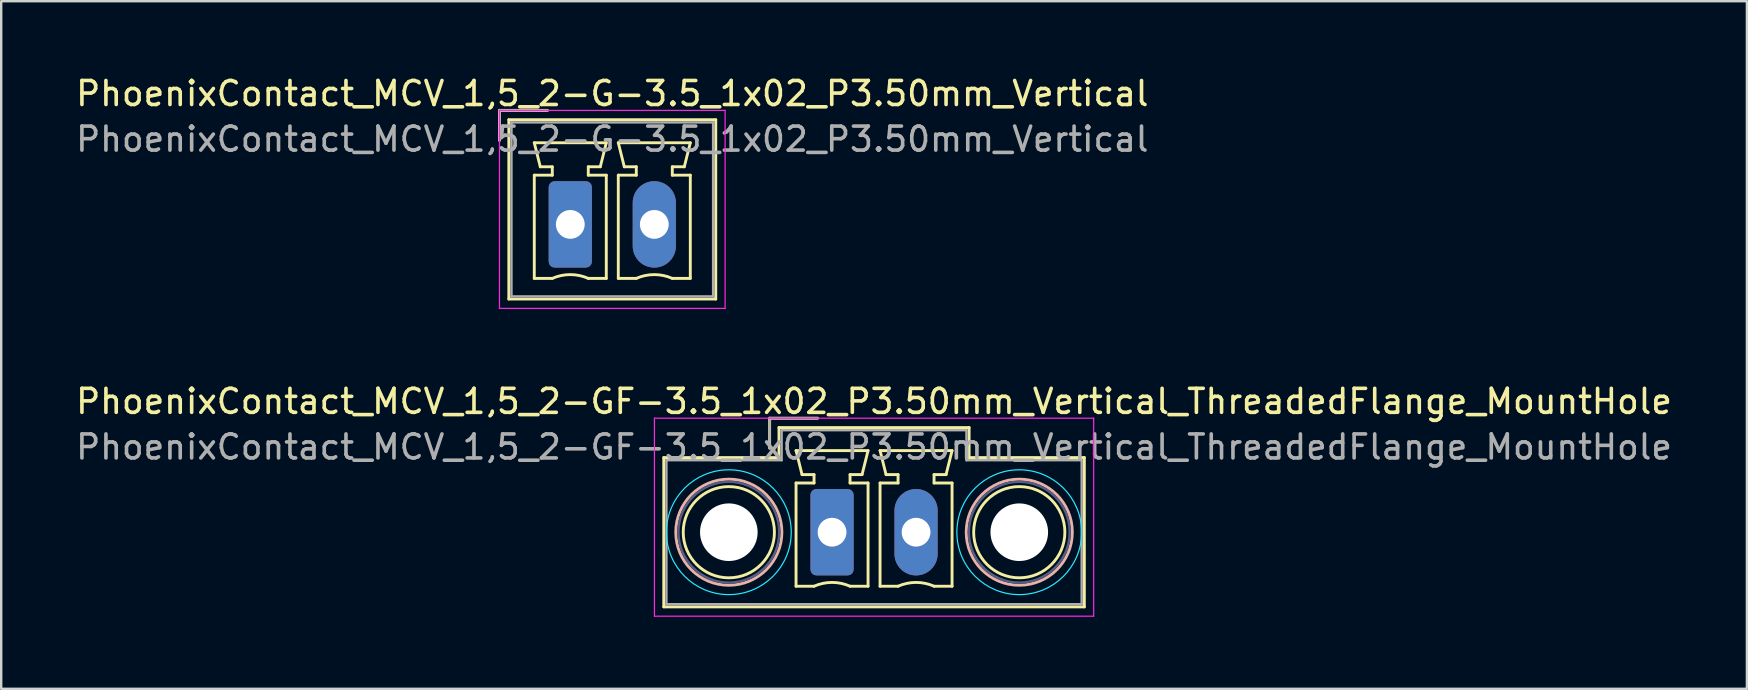
<source format=kicad_pcb>
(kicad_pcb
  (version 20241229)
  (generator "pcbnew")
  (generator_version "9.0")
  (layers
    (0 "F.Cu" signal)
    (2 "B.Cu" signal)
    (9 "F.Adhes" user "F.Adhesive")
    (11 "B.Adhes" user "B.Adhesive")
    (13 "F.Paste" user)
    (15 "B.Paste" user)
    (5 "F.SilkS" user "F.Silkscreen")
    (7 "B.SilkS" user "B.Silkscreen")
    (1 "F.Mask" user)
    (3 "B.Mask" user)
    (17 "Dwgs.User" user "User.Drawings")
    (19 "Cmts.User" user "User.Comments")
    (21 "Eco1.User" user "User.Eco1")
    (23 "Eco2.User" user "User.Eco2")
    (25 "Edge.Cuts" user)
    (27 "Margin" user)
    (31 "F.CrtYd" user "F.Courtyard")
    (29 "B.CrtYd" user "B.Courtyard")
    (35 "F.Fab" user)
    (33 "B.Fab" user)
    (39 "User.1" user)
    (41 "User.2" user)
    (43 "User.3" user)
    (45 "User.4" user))
  (footprint "PhoenixContact_MCV_1,5_2-G-3.5_1x02_P3.50mm_Vertical"
    (layer "F.Cu")
    (at 20.708 6.298)
    (property "Reference" "PhoenixContact_MCV_1,5_2-G-3.5_1x02_P3.50mm_Vertical" (at 1.75 -5.45 0) (layer "F.SilkS") (effects (font (size 1 1) (thickness 0.15))))
    (attr through_hole)
    (fp_line (start -2.95 -4.75) (end -0.95 -4.75) (stroke (width 0.12) (type solid)) (layer "F.SilkS"))
    (fp_line (start -2.95 -3.5) (end -2.95 -4.75) (stroke (width 0.12) (type solid)) (layer "F.SilkS"))
    (fp_line (start -2.56 -4.36) (end -2.56 3.11) (stroke (width 0.12) (type solid)) (layer "F.SilkS"))
    (fp_line (start -2.56 3.11) (end 6.06 3.11) (stroke (width 0.12) (type solid)) (layer "F.SilkS"))
    (fp_line (start -1.5 -3.4) (end 1.5 -3.4) (stroke (width 0.12) (type solid)) (layer "F.SilkS"))
    (fp_line (start -1.5 -2.05) (end -0.75 -2.05) (stroke (width 0.12) (type solid)) (layer "F.SilkS"))
    (fp_line (start -1.5 2.25) (end -1.5 -2.05) (stroke (width 0.12) (type solid)) (layer "F.SilkS"))
    (fp_line (start -1.25 -2.4) (end -1.5 -3.4) (stroke (width 0.12) (type solid)) (layer "F.SilkS"))
    (fp_line (start -0.75 -2.4) (end -1.25 -2.4) (stroke (width 0.12) (type solid)) (layer "F.SilkS"))
    (fp_line (start -0.75 -2.05) (end -0.75 -2.4) (stroke (width 0.12) (type solid)) (layer "F.SilkS"))
    (fp_line (start -0.75 2.25) (end -1.5 2.25) (stroke (width 0.12) (type solid)) (layer "F.SilkS"))
    (fp_line (start 0.75 -2.4) (end 0.75 -2.05) (stroke (width 0.12) (type solid)) (layer "F.SilkS"))
    (fp_line (start 0.75 -2.05) (end 1.5 -2.05) (stroke (width 0.12) (type solid)) (layer "F.SilkS"))
    (fp_line (start 1.25 -2.4) (end 0.75 -2.4) (stroke (width 0.12) (type solid)) (layer "F.SilkS"))
    (fp_line (start 1.5 -3.4) (end 1.25 -2.4) (stroke (width 0.12) (type solid)) (layer "F.SilkS"))
    (fp_line (start 1.5 -2.05) (end 1.5 2.25) (stroke (width 0.12) (type solid)) (layer "F.SilkS"))
    (fp_line (start 1.5 2.25) (end 0.75 2.25) (stroke (width 0.12) (type solid)) (layer "F.SilkS"))
    (fp_line (start 2 -3.4) (end 5 -3.4) (stroke (width 0.12) (type solid)) (layer "F.SilkS"))
    (fp_line (start 2 -2.05) (end 2.75 -2.05) (stroke (width 0.12) (type solid)) (layer "F.SilkS"))
    (fp_line (start 2 2.25) (end 2 -2.05) (stroke (width 0.12) (type solid)) (layer "F.SilkS"))
    (fp_line (start 2.25 -2.4) (end 2 -3.4) (stroke (width 0.12) (type solid)) (layer "F.SilkS"))
    (fp_line (start 2.75 -2.4) (end 2.25 -2.4) (stroke (width 0.12) (type solid)) (layer "F.SilkS"))
    (fp_line (start 2.75 -2.05) (end 2.75 -2.4) (stroke (width 0.12) (type solid)) (layer "F.SilkS"))
    (fp_line (start 2.75 2.25) (end 2 2.25) (stroke (width 0.12) (type solid)) (layer "F.SilkS"))
    (fp_line (start 4.25 -2.4) (end 4.25 -2.05) (stroke (width 0.12) (type solid)) (layer "F.SilkS"))
    (fp_line (start 4.25 -2.05) (end 5 -2.05) (stroke (width 0.12) (type solid)) (layer "F.SilkS"))
    (fp_line (start 4.75 -2.4) (end 4.25 -2.4) (stroke (width 0.12) (type solid)) (layer "F.SilkS"))
    (fp_line (start 5 -3.4) (end 4.75 -2.4) (stroke (width 0.12) (type solid)) (layer "F.SilkS"))
    (fp_line (start 5 -2.05) (end 5 2.25) (stroke (width 0.12) (type solid)) (layer "F.SilkS"))
    (fp_line (start 5 2.25) (end 4.25 2.25) (stroke (width 0.12) (type solid)) (layer "F.SilkS"))
    (fp_line (start 6.06 -4.36) (end -2.56 -4.36) (stroke (width 0.12) (type solid)) (layer "F.SilkS"))
    (fp_line (start 6.06 3.11) (end 6.06 -4.36) (stroke (width 0.12) (type solid)) (layer "F.SilkS"))
    (fp_arc (start -0.75 2.25) (mid -0.000193 2.09191) (end 0.749647 2.249844) (stroke (width 0.12) (type solid)) (layer "F.SilkS"))
    (fp_arc (start 2.75 2.25) (mid 3.499807 2.09191) (end 4.249647 2.249844) (stroke (width 0.12) (type solid)) (layer "F.SilkS"))
    (fp_line (start -2.95 -4.75) (end -2.95 3.5) (stroke (width 0.05) (type solid)) (layer "F.CrtYd"))
    (fp_line (start -2.95 3.5) (end 6.45 3.5) (stroke (width 0.05) (type solid)) (layer "F.CrtYd"))
    (fp_line (start 6.45 -4.75) (end -2.95 -4.75) (stroke (width 0.05) (type solid)) (layer "F.CrtYd"))
    (fp_line (start 6.45 3.5) (end 6.45 -4.75) (stroke (width 0.05) (type solid)) (layer "F.CrtYd"))
    (fp_line (start -2.95 -4.75) (end -0.95 -4.75) (stroke (width 0.1) (type solid)) (layer "F.Fab"))
    (fp_line (start -2.95 -3.5) (end -2.95 -4.75) (stroke (width 0.1) (type solid)) (layer "F.Fab"))
    (fp_line (start -2.45 -4.25) (end -2.45 3) (stroke (width 0.1) (type solid)) (layer "F.Fab"))
    (fp_line (start -2.45 3) (end 5.95 3) (stroke (width 0.1) (type solid)) (layer "F.Fab"))
    (fp_line (start 5.95 -4.25) (end -2.45 -4.25) (stroke (width 0.1) (type solid)) (layer "F.Fab"))
    (fp_line (start 5.95 3) (end 5.95 -4.25) (stroke (width 0.1) (type solid)) (layer "F.Fab"))
    (fp_text user "${REFERENCE}" (at 1.75 -3.55 0) (layer "F.Fab") (effects (font (size 1 1) (thickness 0.15))))
    (pad "1" thru_hole roundrect (at 0 0) (size 1.8 3.6) (drill 1.2) (layers "*.Cu" "*.Mask") (roundrect_rratio 0.139))
    (pad "2" thru_hole oval (at 3.5 0) (size 1.8 3.6) (drill 1.2) (layers "*.Cu" "*.Mask")))
  (footprint "PhoenixContact_MCV_1,5_2-GF-3.5_1x02_P3.50mm_Vertical_ThreadedFlange_MountHole"
    (layer "F.Cu")
    (at 31.613 19.122)
    (property "Reference" "PhoenixContact_MCV_1,5_2-GF-3.5_1x02_P3.50mm_Vertical_ThreadedFlange_MountHole" (at 1.75 -5.45 0) (layer "F.SilkS") (effects (font (size 1 1) (thickness 0.15))))
    (attr through_hole)
    (fp_line (start -7.01 -3.11) (end -7.01 3.11) (stroke (width 0.12) (type solid)) (layer "F.SilkS"))
    (fp_line (start -7.01 3.11) (end 10.51 3.11) (stroke (width 0.12) (type solid)) (layer "F.SilkS"))
    (fp_line (start -2.6 -4.75) (end -0.6 -4.75) (stroke (width 0.12) (type solid)) (layer "F.SilkS"))
    (fp_line (start -2.6 -3.5) (end -2.6 -4.75) (stroke (width 0.12) (type solid)) (layer "F.SilkS"))
    (fp_line (start -2.21 -4.36) (end -2.21 -3.11) (stroke (width 0.12) (type solid)) (layer "F.SilkS"))
    (fp_line (start -2.21 -3.11) (end -7.01 -3.11) (stroke (width 0.12) (type solid)) (layer "F.SilkS"))
    (fp_line (start -1.5 -3.4) (end 1.5 -3.4) (stroke (width 0.12) (type solid)) (layer "F.SilkS"))
    (fp_line (start -1.5 -2.05) (end -0.75 -2.05) (stroke (width 0.12) (type solid)) (layer "F.SilkS"))
    (fp_line (start -1.5 2.25) (end -1.5 -2.05) (stroke (width 0.12) (type solid)) (layer "F.SilkS"))
    (fp_line (start -1.25 -2.4) (end -1.5 -3.4) (stroke (width 0.12) (type solid)) (layer "F.SilkS"))
    (fp_line (start -0.75 -2.4) (end -1.25 -2.4) (stroke (width 0.12) (type solid)) (layer "F.SilkS"))
    (fp_line (start -0.75 -2.05) (end -0.75 -2.4) (stroke (width 0.12) (type solid)) (layer "F.SilkS"))
    (fp_line (start -0.75 2.25) (end -1.5 2.25) (stroke (width 0.12) (type solid)) (layer "F.SilkS"))
    (fp_line (start 0.75 -2.4) (end 0.75 -2.05) (stroke (width 0.12) (type solid)) (layer "F.SilkS"))
    (fp_line (start 0.75 -2.05) (end 1.5 -2.05) (stroke (width 0.12) (type solid)) (layer "F.SilkS"))
    (fp_line (start 1.25 -2.4) (end 0.75 -2.4) (stroke (width 0.12) (type solid)) (layer "F.SilkS"))
    (fp_line (start 1.5 -3.4) (end 1.25 -2.4) (stroke (width 0.12) (type solid)) (layer "F.SilkS"))
    (fp_line (start 1.5 -2.05) (end 1.5 2.25) (stroke (width 0.12) (type solid)) (layer "F.SilkS"))
    (fp_line (start 1.5 2.25) (end 0.75 2.25) (stroke (width 0.12) (type solid)) (layer "F.SilkS"))
    (fp_line (start 2 -3.4) (end 5 -3.4) (stroke (width 0.12) (type solid)) (layer "F.SilkS"))
    (fp_line (start 2 -2.05) (end 2.75 -2.05) (stroke (width 0.12) (type solid)) (layer "F.SilkS"))
    (fp_line (start 2 2.25) (end 2 -2.05) (stroke (width 0.12) (type solid)) (layer "F.SilkS"))
    (fp_line (start 2.25 -2.4) (end 2 -3.4) (stroke (width 0.12) (type solid)) (layer "F.SilkS"))
    (fp_line (start 2.75 -2.4) (end 2.25 -2.4) (stroke (width 0.12) (type solid)) (layer "F.SilkS"))
    (fp_line (start 2.75 -2.05) (end 2.75 -2.4) (stroke (width 0.12) (type solid)) (layer "F.SilkS"))
    (fp_line (start 2.75 2.25) (end 2 2.25) (stroke (width 0.12) (type solid)) (layer "F.SilkS"))
    (fp_line (start 4.25 -2.4) (end 4.25 -2.05) (stroke (width 0.12) (type solid)) (layer "F.SilkS"))
    (fp_line (start 4.25 -2.05) (end 5 -2.05) (stroke (width 0.12) (type solid)) (layer "F.SilkS"))
    (fp_line (start 4.75 -2.4) (end 4.25 -2.4) (stroke (width 0.12) (type solid)) (layer "F.SilkS"))
    (fp_line (start 5 -3.4) (end 4.75 -2.4) (stroke (width 0.12) (type solid)) (layer "F.SilkS"))
    (fp_line (start 5 -2.05) (end 5 2.25) (stroke (width 0.12) (type solid)) (layer "F.SilkS"))
    (fp_line (start 5 2.25) (end 4.25 2.25) (stroke (width 0.12) (type solid)) (layer "F.SilkS"))
    (fp_line (start 5.71 -4.36) (end -2.21 -4.36) (stroke (width 0.12) (type solid)) (layer "F.SilkS"))
    (fp_line (start 5.71 -3.11) (end 5.71 -4.36) (stroke (width 0.12) (type solid)) (layer "F.SilkS"))
    (fp_line (start 10.51 -3.11) (end 5.71 -3.11) (stroke (width 0.12) (type solid)) (layer "F.SilkS"))
    (fp_line (start 10.51 3.11) (end 10.51 -3.11) (stroke (width 0.12) (type solid)) (layer "F.SilkS"))
    (fp_arc (start -0.75 2.25) (mid -0.000193 2.09191) (end 0.749647 2.249844) (stroke (width 0.12) (type solid)) (layer "F.SilkS"))
    (fp_arc (start 2.75 2.25) (mid 3.499807 2.09191) (end 4.249647 2.249844) (stroke (width 0.12) (type solid)) (layer "F.SilkS"))
    (fp_circle (center -4.3 0) (end -2.4 0) (stroke (width 0.12) (type solid)) (fill no) (layer "F.SilkS"))
    (fp_circle (center 7.8 0) (end 9.7 0) (stroke (width 0.12) (type solid)) (fill no) (layer "F.SilkS"))
    (fp_circle (center -4.3 0) (end -2.09 0) (stroke (width 0.12) (type solid)) (fill no) (layer "B.SilkS"))
    (fp_circle (center 7.8 0) (end 10.01 0) (stroke (width 0.12) (type solid)) (fill no) (layer "B.SilkS"))
    (fp_circle (center -4.3 0) (end -1.7 0) (stroke (width 0.05) (type solid)) (fill no) (layer "B.CrtYd"))
    (fp_circle (center 7.8 0) (end 10.4 0) (stroke (width 0.05) (type solid)) (fill no) (layer "B.CrtYd"))
    (fp_line (start -7.4 -4.75) (end -7.4 3.5) (stroke (width 0.05) (type solid)) (layer "F.CrtYd"))
    (fp_line (start -7.4 3.5) (end 10.9 3.5) (stroke (width 0.05) (type solid)) (layer "F.CrtYd"))
    (fp_line (start 10.9 -4.75) (end -7.4 -4.75) (stroke (width 0.05) (type solid)) (layer "F.CrtYd"))
    (fp_line (start 10.9 3.5) (end 10.9 -4.75) (stroke (width 0.05) (type solid)) (layer "F.CrtYd"))
    (fp_circle (center -4.3 0) (end -2.2 0) (stroke (width 0.1) (type solid)) (fill no) (layer "B.Fab"))
    (fp_circle (center 7.8 0) (end 9.9 0) (stroke (width 0.1) (type solid)) (fill no) (layer "B.Fab"))
    (fp_line (start -6.9 -3) (end -6.9 3) (stroke (width 0.1) (type solid)) (layer "F.Fab"))
    (fp_line (start -6.9 3) (end 10.4 3) (stroke (width 0.1) (type solid)) (layer "F.Fab"))
    (fp_line (start -2.6 -4.75) (end -0.6 -4.75) (stroke (width 0.1) (type solid)) (layer "F.Fab"))
    (fp_line (start -2.6 -3.5) (end -2.6 -4.75) (stroke (width 0.1) (type solid)) (layer "F.Fab"))
    (fp_line (start -2.1 -4.25) (end -2.1 -3) (stroke (width 0.1) (type solid)) (layer "F.Fab"))
    (fp_line (start -2.1 -3) (end -6.9 -3) (stroke (width 0.1) (type solid)) (layer "F.Fab"))
    (fp_line (start 5.6 -4.25) (end -2.1 -4.25) (stroke (width 0.1) (type solid)) (layer "F.Fab"))
    (fp_line (start 5.6 -3) (end 5.6 -4.25) (stroke (width 0.1) (type solid)) (layer "F.Fab"))
    (fp_line (start 10.4 -3) (end 5.6 -3) (stroke (width 0.1) (type solid)) (layer "F.Fab"))
    (fp_line (start 10.4 3) (end 10.4 -3) (stroke (width 0.1) (type solid)) (layer "F.Fab"))
    (fp_text user "${REFERENCE}" (at 1.75 -3.55 0) (layer "F.Fab") (effects (font (size 1 1) (thickness 0.15))))
    (pad "" np_thru_hole circle (at -4.3 0) (size 2.4 2.4) (drill 2.4) (layers "*.Cu" "*.Mask"))
    (pad "" np_thru_hole circle (at 7.8 0) (size 2.4 2.4) (drill 2.4) (layers "*.Cu" "*.Mask"))
    (pad "1" thru_hole roundrect (at 0 0) (size 1.8 3.6) (drill 1.2) (layers "*.Cu" "*.Mask") (roundrect_rratio 0.139))
    (pad "2" thru_hole oval (at 3.5 0) (size 1.8 3.6) (drill 1.2) (layers "*.Cu" "*.Mask")))
  (gr_rect
    (start -3 -3)
    (end 69.726 25.646)
    (stroke (width 0.1) (type default))
    (fill no)
    (layer "Edge.Cuts")))
</source>
